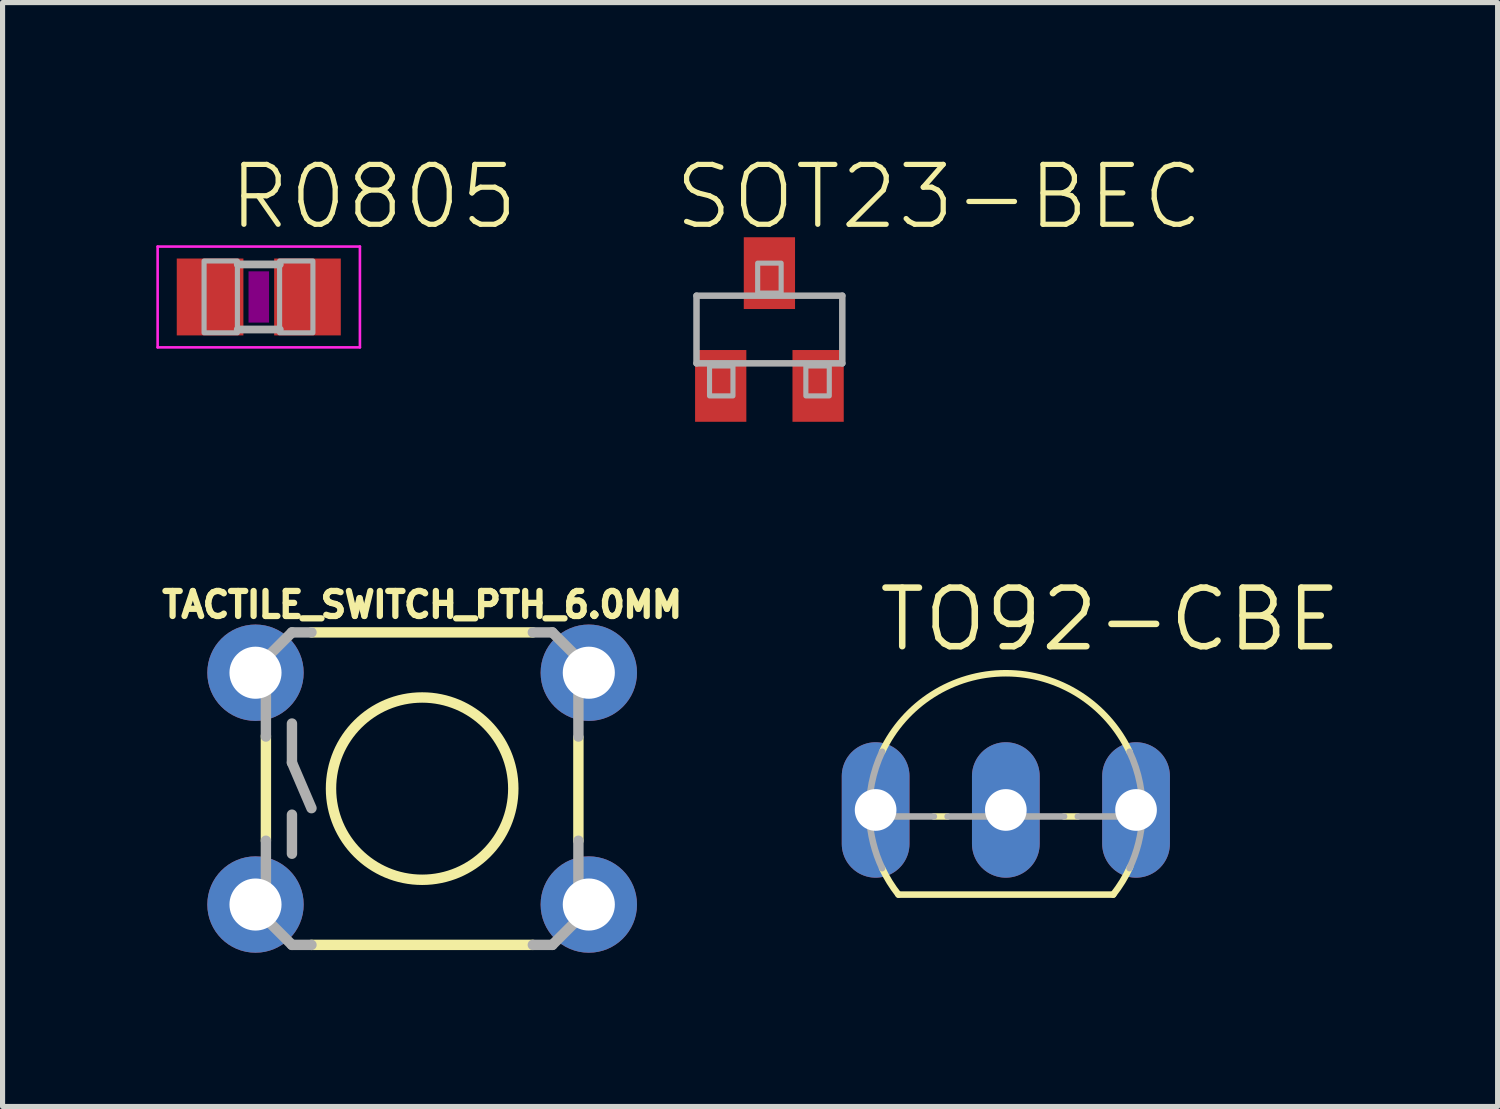
<source format=kicad_pcb>
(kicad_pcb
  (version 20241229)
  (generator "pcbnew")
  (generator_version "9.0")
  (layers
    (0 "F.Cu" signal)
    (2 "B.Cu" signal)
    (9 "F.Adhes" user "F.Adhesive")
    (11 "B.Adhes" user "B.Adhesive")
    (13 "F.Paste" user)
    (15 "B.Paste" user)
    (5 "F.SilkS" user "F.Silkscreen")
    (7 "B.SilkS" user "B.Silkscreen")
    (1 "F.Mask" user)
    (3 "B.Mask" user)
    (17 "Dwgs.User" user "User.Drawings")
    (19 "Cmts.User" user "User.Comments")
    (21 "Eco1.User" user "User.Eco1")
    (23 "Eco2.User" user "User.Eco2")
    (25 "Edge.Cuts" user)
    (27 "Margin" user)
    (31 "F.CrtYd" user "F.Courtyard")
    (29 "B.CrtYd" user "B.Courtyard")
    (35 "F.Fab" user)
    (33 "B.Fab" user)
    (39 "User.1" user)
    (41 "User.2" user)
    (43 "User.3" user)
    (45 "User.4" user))
  (footprint "TO92-CBE"
    (layer "F.Cu")
    (at 16.571 12.75)
    (property "Reference" "TO92-CBE" (at -2.54 -3.048 0) (layer "F.SilkS") (effects (font (size 1.143 1.143) (thickness 0.127)) (justify left bottom)))
    (fp_line (start -2.095 1.651) (end 2.095 1.651) (stroke (width 0.127) (type solid)) (layer "F.SilkS"))
    (fp_line (start -1.136 0.127) (end -1.404 0.127) (stroke (width 0.127) (type solid)) (layer "F.SilkS"))
    (fp_line (start 1.404 0.127) (end 1.136 0.127) (stroke (width 0.127) (type solid)) (layer "F.SilkS"))
    (fp_arc (start -2.413 -1.1359) (mid -0.000001 -2.666986) (end 2.412999 -1.135901) (stroke (width 0.127) (type solid)) (layer "F.SilkS"))
    (fp_arc (start -2.095 1.651) (mid -2.268918 1.40252) (end -2.4135 1.1359) (stroke (width 0.127) (type solid)) (layer "F.SilkS"))
    (fp_arc (start 2.4247 1.1118) (mid 2.275878 1.391201) (end 2.095 1.651) (stroke (width 0.127) (type solid)) (layer "F.SilkS"))
    (fp_line (start -1.404 0.127) (end -2.664 0.127) (stroke (width 0.127) (type solid)) (layer "F.Fab"))
    (fp_line (start 1.136 0.127) (end -1.136 0.127) (stroke (width 0.127) (type solid)) (layer "F.Fab"))
    (fp_line (start 2.664 0.127) (end 1.404 0.127) (stroke (width 0.127) (type solid)) (layer "F.Fab"))
    (fp_arc (start -2.664 0.127) (mid -2.615858 -0.519825) (end -2.413 -1.1359) (stroke (width 0.127) (type solid)) (layer "F.Fab"))
    (fp_arc (start -2.413 1.1359) (mid -2.588137 0.643799) (end -2.664 0.127) (stroke (width 0.127) (type solid)) (layer "F.Fab"))
    (fp_arc (start 2.413 -1.1359) (mid 2.615858 -0.519825) (end 2.664 0.127) (stroke (width 0.127) (type solid)) (layer "F.Fab"))
    (fp_arc (start 2.664 0.127) (mid 2.588137 0.643799) (end 2.413 1.1359) (stroke (width 0.127) (type solid)) (layer "F.Fab"))
    (pad "B" thru_hole oval (at 0 0 90) (size 2.642 1.321) (drill 0.813) (layers "*.Cu" "*.Mask"))
    (pad "C" thru_hole oval (at -2.54 0 90) (size 2.642 1.321) (drill 0.813) (layers "*.Cu" "*.Mask"))
    (pad "E" thru_hole oval (at 2.54 0 90) (size 2.642 1.321) (drill 0.813) (layers "*.Cu" "*.Mask")))
  (footprint "R0805"
    (layer "F.Cu")
    (at 1.998 2.743)
    (property "Reference" "R0805" (at -0.635 -1.27 0) (layer "F.SilkS") (effects (font (size 1.168 1.168) (thickness 0.102)) (justify left bottom)))
    (fp_poly (pts (xy -0.2 0.5) (xy 0.2 0.5) (xy 0.2 -0.5) (xy -0.2 -0.5)) (stroke (width 0) (type solid)) (fill yes) (layer "F.Adhes"))
    (fp_line (start -1.973 -0.983) (end 1.973 -0.983) (stroke (width 0.051) (type solid)) (layer "F.CrtYd"))
    (fp_line (start -1.973 0.983) (end -1.973 -0.983) (stroke (width 0.051) (type solid)) (layer "F.CrtYd"))
    (fp_line (start 1.973 -0.983) (end 1.973 0.983) (stroke (width 0.051) (type solid)) (layer "F.CrtYd"))
    (fp_line (start 1.973 0.983) (end -1.973 0.983) (stroke (width 0.051) (type solid)) (layer "F.CrtYd"))
    (fp_line (start -0.41 -0.635) (end 0.41 -0.635) (stroke (width 0.152) (type solid)) (layer "F.Fab"))
    (fp_line (start -0.41 0.635) (end 0.41 0.635) (stroke (width 0.152) (type solid)) (layer "F.Fab"))
    (fp_poly (pts (xy -1.067 0.699) (xy -0.417 0.699) (xy -0.417 -0.702) (xy -1.067 -0.702)) (stroke (width 0.1) (type solid)) (fill no) (layer "F.Fab"))
    (fp_poly (pts (xy 0.406 0.699) (xy 1.056 0.699) (xy 1.056 -0.702) (xy 0.406 -0.702)) (stroke (width 0.1) (type solid)) (fill no) (layer "F.Fab"))
    (pad "1" smd rect (at -0.95 0) (size 1.3 1.5) (layers "F.Cu" "F.Mask" "F.Paste"))
    (pad "2" smd rect (at 0.95 0) (size 1.3 1.5) (layers "F.Cu" "F.Mask" "F.Paste")))
  (footprint "SOT23-BEC"
    (layer "F.Cu")
    (at 11.959 3.378)
    (property "Reference" "SOT23-BEC" (at -1.905 -1.905 0) (layer "F.SilkS") (effects (font (size 1.168 1.168) (thickness 0.102)) (justify left bottom)))
    (fp_line (start -1.422 -0.66) (end 1.422 -0.66) (stroke (width 0.127) (type solid)) (layer "F.Fab"))
    (fp_line (start -1.422 0.66) (end -1.422 -0.66) (stroke (width 0.127) (type solid)) (layer "F.Fab"))
    (fp_line (start 1.422 -0.66) (end 1.422 0.66) (stroke (width 0.127) (type solid)) (layer "F.Fab"))
    (fp_line (start 1.422 0.66) (end -1.422 0.66) (stroke (width 0.127) (type solid)) (layer "F.Fab"))
    (fp_poly (pts (xy -1.168 1.295) (xy -0.711 1.295) (xy -0.711 0.711) (xy -1.168 0.711)) (stroke (width 0.1) (type solid)) (fill no) (layer "F.Fab"))
    (fp_poly (pts (xy -0.229 -0.711) (xy 0.229 -0.711) (xy 0.229 -1.295) (xy -0.229 -1.295)) (stroke (width 0.1) (type solid)) (fill no) (layer "F.Fab"))
    (fp_poly (pts (xy 0.711 1.295) (xy 1.168 1.295) (xy 1.168 0.711) (xy 0.711 0.711)) (stroke (width 0.1) (type solid)) (fill no) (layer "F.Fab"))
    (pad "B" smd rect (at -0.95 1.1) (size 1 1.4) (layers "F.Cu" "F.Mask" "F.Paste"))
    (pad "C" smd rect (at 0 -1.1) (size 1 1.4) (layers "F.Cu" "F.Mask" "F.Paste"))
    (pad "E" smd rect (at 0.95 1.1) (size 1 1.4) (layers "F.Cu" "F.Mask" "F.Paste")))
  (footprint "TACTILE_SWITCH_PTH_6.0MM"
    (layer "F.Cu")
    (at 5.185 12.334)
    (property "Reference" "TACTILE_SWITCH_PTH_6.0MM" (at 0 -3.302 0) (layer "F.SilkS") (effects (font (size 0.488 0.488) (thickness 0.122)) (justify bottom)))
    (fp_line (start -3.048 -1.028) (end -3.048 1.016) (stroke (width 0.203) (type solid)) (layer "F.SilkS"))
    (fp_line (start -2.159 3.048) (end 2.159 3.048) (stroke (width 0.203) (type solid)) (layer "F.SilkS"))
    (fp_line (start 2.159 -3.048) (end -2.159 -3.048) (stroke (width 0.203) (type solid)) (layer "F.SilkS"))
    (fp_line (start 3.048 -0.998) (end 3.048 1.016) (stroke (width 0.203) (type solid)) (layer "F.SilkS"))
    (fp_circle (center 0 0) (end 1.778 0) (stroke (width 0.203) (type solid)) (fill no) (layer "F.SilkS"))
    (fp_line (start -3.048 -2.54) (end -3.048 -1.016) (stroke (width 0.203) (type solid)) (layer "F.Fab"))
    (fp_line (start -3.048 2.54) (end -3.048 1.016) (stroke (width 0.203) (type solid)) (layer "F.Fab"))
    (fp_line (start -2.54 -3.048) (end -3.048 -2.54) (stroke (width 0.203) (type solid)) (layer "F.Fab"))
    (fp_line (start -2.54 -3.048) (end -2.159 -3.048) (stroke (width 0.203) (type solid)) (layer "F.Fab"))
    (fp_line (start -2.54 -1.27) (end -2.54 -0.508) (stroke (width 0.203) (type solid)) (layer "F.Fab"))
    (fp_line (start -2.54 -0.508) (end -2.159 0.381) (stroke (width 0.203) (type solid)) (layer "F.Fab"))
    (fp_line (start -2.54 0.508) (end -2.54 1.27) (stroke (width 0.203) (type solid)) (layer "F.Fab"))
    (fp_line (start -2.54 3.048) (end -3.048 2.54) (stroke (width 0.203) (type solid)) (layer "F.Fab"))
    (fp_line (start -2.54 3.048) (end -2.159 3.048) (stroke (width 0.203) (type solid)) (layer "F.Fab"))
    (fp_line (start 2.54 -3.048) (end 2.159 -3.048) (stroke (width 0.203) (type solid)) (layer "F.Fab"))
    (fp_line (start 2.54 3.048) (end 2.159 3.048) (stroke (width 0.203) (type solid)) (layer "F.Fab"))
    (fp_line (start 2.54 3.048) (end 3.048 2.54) (stroke (width 0.203) (type solid)) (layer "F.Fab"))
    (fp_line (start 3.048 -2.54) (end 2.54 -3.048) (stroke (width 0.203) (type solid)) (layer "F.Fab"))
    (fp_line (start 3.048 -1.016) (end 3.048 -2.54) (stroke (width 0.203) (type solid)) (layer "F.Fab"))
    (fp_line (start 3.048 2.54) (end 3.048 1.016) (stroke (width 0.203) (type solid)) (layer "F.Fab"))
    (pad "1" thru_hole circle (at -3.251 -2.261) (size 1.88 1.88) (drill 1.016) (layers "*.Cu" "*.Mask"))
    (pad "2" thru_hole circle (at 3.251 -2.261) (size 1.88 1.88) (drill 1.016) (layers "*.Cu" "*.Mask"))
    (pad "3" thru_hole circle (at -3.251 2.261) (size 1.88 1.88) (drill 1.016) (layers "*.Cu" "*.Mask"))
    (pad "4" thru_hole circle (at 3.251 2.261) (size 1.88 1.88) (drill 1.016) (layers "*.Cu" "*.Mask")))
  (gr_rect
    (start -3 -3)
    (end 26.164 18.534)
    (stroke (width 0.1) (type default))
    (fill no)
    (layer "Edge.Cuts")))
</source>
